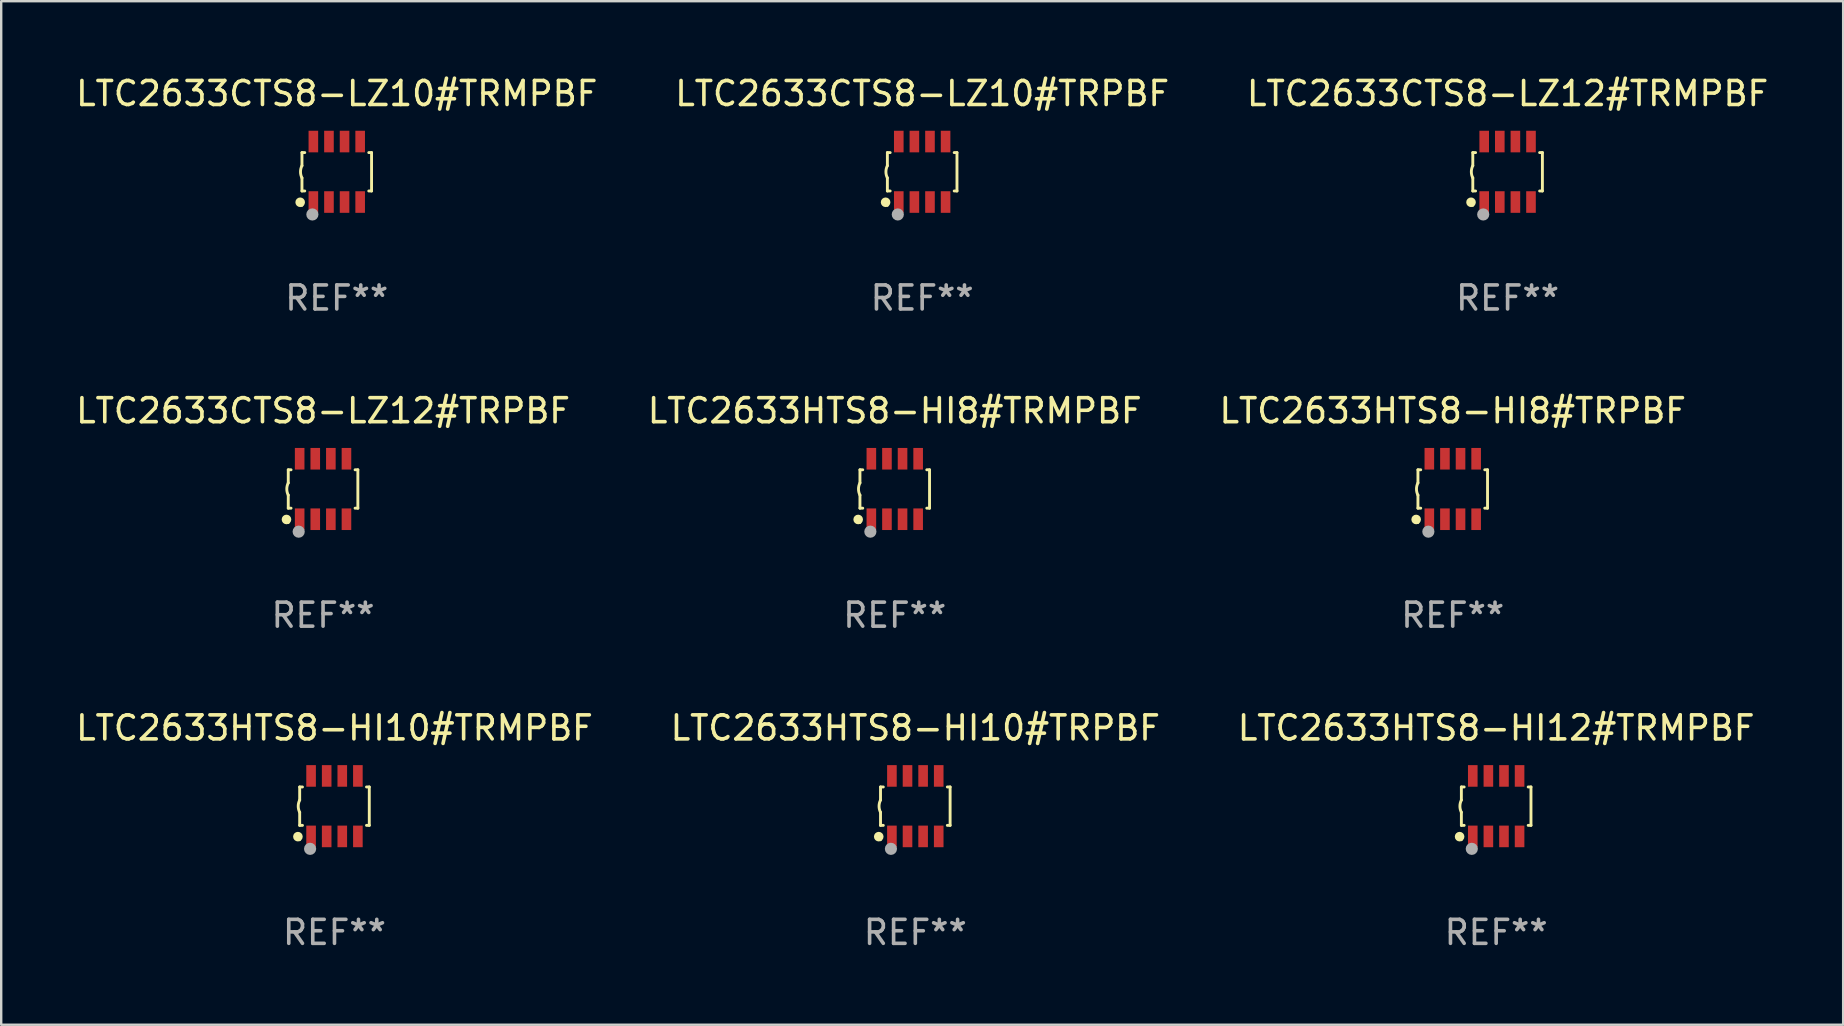
<source format=kicad_pcb>
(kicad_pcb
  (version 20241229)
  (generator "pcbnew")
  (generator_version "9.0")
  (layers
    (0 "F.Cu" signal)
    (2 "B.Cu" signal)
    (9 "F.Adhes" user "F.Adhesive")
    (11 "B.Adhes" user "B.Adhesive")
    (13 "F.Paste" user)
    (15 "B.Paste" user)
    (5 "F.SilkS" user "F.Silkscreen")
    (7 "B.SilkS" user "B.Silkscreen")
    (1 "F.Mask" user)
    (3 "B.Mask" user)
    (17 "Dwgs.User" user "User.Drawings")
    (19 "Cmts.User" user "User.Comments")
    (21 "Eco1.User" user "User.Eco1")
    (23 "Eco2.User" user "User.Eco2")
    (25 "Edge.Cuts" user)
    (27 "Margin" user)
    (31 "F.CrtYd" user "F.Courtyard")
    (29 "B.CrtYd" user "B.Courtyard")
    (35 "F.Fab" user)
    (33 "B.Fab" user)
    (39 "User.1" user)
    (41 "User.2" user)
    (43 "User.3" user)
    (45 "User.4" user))
  (footprint "LTC2633HTS8-HI10#TRPBF"
    (layer "F.Cu")
    (at 35.089 30.541)
    (property "Reference" "LTC2633HTS8-HI10#TRPBF" (at 0 -3.26 0) (layer "F.SilkS") (effects (font (size 1 1) (thickness 0.15))))
    (attr through_hole)
    (fp_line (start -1.45 -0.8) (end -1.45 -0.254) (stroke (width 0.12) (type solid)) (layer "F.SilkS"))
    (fp_line (start -1.45 -0.8) (end -1.334 -0.8) (stroke (width 0.12) (type solid)) (layer "F.SilkS"))
    (fp_line (start -1.45 0.8) (end -1.45 0.254) (stroke (width 0.12) (type solid)) (layer "F.SilkS"))
    (fp_line (start -1.45 0.8) (end -1.334 0.8) (stroke (width 0.12) (type solid)) (layer "F.SilkS"))
    (fp_line (start 1.334 -0.8) (end 1.45 -0.8) (stroke (width 0.12) (type solid)) (layer "F.SilkS"))
    (fp_line (start 1.334 0.8) (end 1.45 0.8) (stroke (width 0.12) (type solid)) (layer "F.SilkS"))
    (fp_line (start 1.45 0.8) (end 1.45 -0.8) (stroke (width 0.12) (type solid)) (layer "F.SilkS"))
    (fp_arc (start -1.45075 0.255144) (mid -1.510605 0.000434) (end -1.450013 -0.254102) (stroke (width 0.11999) (type solid)) (layer "F.SilkS"))
    (fp_circle (center -1.524 1.27) (end -1.424 1.27) (stroke (width 0.2) (type solid)) (fill no) (layer "F.SilkS"))
    (fp_circle (center -1.45 1.4) (end -1.42 1.4) (stroke (width 0.06) (type solid)) (fill no) (layer "F.SilkS"))
    (fp_circle (center -1.016 1.778) (end -0.889 1.778) (stroke (width 0.254) (type solid)) (fill no) (layer "F.Fab"))
    (fp_text user "REF**" (at 0 5.26 0) (layer "F.Fab") (effects (font (size 1 1) (thickness 0.15))))
    (pad "1" smd rect (at -0.975 1.26) (size 0.4 0.9) (layers "F.Cu" "F.Mask" "F.Paste"))
    (pad "2" smd rect (at -0.325 1.26) (size 0.4 0.9) (layers "F.Cu" "F.Mask" "F.Paste"))
    (pad "3" smd rect (at 0.325 1.26) (size 0.4 0.9) (layers "F.Cu" "F.Mask" "F.Paste"))
    (pad "4" smd rect (at 0.975 1.26) (size 0.4 0.9) (layers "F.Cu" "F.Mask" "F.Paste"))
    (pad "5" smd rect (at 0.975 -1.26) (size 0.4 0.9) (layers "F.Cu" "F.Mask" "F.Paste"))
    (pad "6" smd rect (at 0.325 -1.26) (size 0.4 0.9) (layers "F.Cu" "F.Mask" "F.Paste"))
    (pad "7" smd rect (at -0.325 -1.26) (size 0.4 0.9) (layers "F.Cu" "F.Mask" "F.Paste"))
    (pad "8" smd rect (at -0.975 -1.26) (size 0.4 0.9) (layers "F.Cu" "F.Mask" "F.Paste")))
  (footprint "LTC2633HTS8-HI8#TRMPBF"
    (layer "F.Cu")
    (at 34.232 17.325)
    (property "Reference" "LTC2633HTS8-HI8#TRMPBF" (at 0 -3.26 0) (layer "F.SilkS") (effects (font (size 1 1) (thickness 0.15))))
    (attr through_hole)
    (fp_line (start -1.45 -0.8) (end -1.45 -0.254) (stroke (width 0.12) (type solid)) (layer "F.SilkS"))
    (fp_line (start -1.45 -0.8) (end -1.334 -0.8) (stroke (width 0.12) (type solid)) (layer "F.SilkS"))
    (fp_line (start -1.45 0.8) (end -1.45 0.254) (stroke (width 0.12) (type solid)) (layer "F.SilkS"))
    (fp_line (start -1.45 0.8) (end -1.334 0.8) (stroke (width 0.12) (type solid)) (layer "F.SilkS"))
    (fp_line (start 1.334 -0.8) (end 1.45 -0.8) (stroke (width 0.12) (type solid)) (layer "F.SilkS"))
    (fp_line (start 1.334 0.8) (end 1.45 0.8) (stroke (width 0.12) (type solid)) (layer "F.SilkS"))
    (fp_line (start 1.45 0.8) (end 1.45 -0.8) (stroke (width 0.12) (type solid)) (layer "F.SilkS"))
    (fp_arc (start -1.45075 0.255144) (mid -1.510605 0.000434) (end -1.450013 -0.254102) (stroke (width 0.11999) (type solid)) (layer "F.SilkS"))
    (fp_circle (center -1.524 1.27) (end -1.424 1.27) (stroke (width 0.2) (type solid)) (fill no) (layer "F.SilkS"))
    (fp_circle (center -1.45 1.4) (end -1.42 1.4) (stroke (width 0.06) (type solid)) (fill no) (layer "F.SilkS"))
    (fp_circle (center -1.016 1.778) (end -0.889 1.778) (stroke (width 0.254) (type solid)) (fill no) (layer "F.Fab"))
    (fp_text user "REF**" (at 0 5.26 0) (layer "F.Fab") (effects (font (size 1 1) (thickness 0.15))))
    (pad "1" smd rect (at -0.975 1.26) (size 0.4 0.9) (layers "F.Cu" "F.Mask" "F.Paste"))
    (pad "2" smd rect (at -0.325 1.26) (size 0.4 0.9) (layers "F.Cu" "F.Mask" "F.Paste"))
    (pad "3" smd rect (at 0.325 1.26) (size 0.4 0.9) (layers "F.Cu" "F.Mask" "F.Paste"))
    (pad "4" smd rect (at 0.975 1.26) (size 0.4 0.9) (layers "F.Cu" "F.Mask" "F.Paste"))
    (pad "5" smd rect (at 0.975 -1.26) (size 0.4 0.9) (layers "F.Cu" "F.Mask" "F.Paste"))
    (pad "6" smd rect (at 0.325 -1.26) (size 0.4 0.9) (layers "F.Cu" "F.Mask" "F.Paste"))
    (pad "7" smd rect (at -0.325 -1.26) (size 0.4 0.9) (layers "F.Cu" "F.Mask" "F.Paste"))
    (pad "8" smd rect (at -0.975 -1.26) (size 0.4 0.9) (layers "F.Cu" "F.Mask" "F.Paste")))
  (footprint "LTC2633CTS8-LZ12#TRPBF"
    (layer "F.Cu")
    (at 10.411 17.325)
    (property "Reference" "LTC2633CTS8-LZ12#TRPBF" (at 0 -3.26 0) (layer "F.SilkS") (effects (font (size 1 1) (thickness 0.15))))
    (attr through_hole)
    (fp_line (start -1.45 -0.8) (end -1.45 -0.254) (stroke (width 0.12) (type solid)) (layer "F.SilkS"))
    (fp_line (start -1.45 -0.8) (end -1.334 -0.8) (stroke (width 0.12) (type solid)) (layer "F.SilkS"))
    (fp_line (start -1.45 0.8) (end -1.45 0.254) (stroke (width 0.12) (type solid)) (layer "F.SilkS"))
    (fp_line (start -1.45 0.8) (end -1.334 0.8) (stroke (width 0.12) (type solid)) (layer "F.SilkS"))
    (fp_line (start 1.334 -0.8) (end 1.45 -0.8) (stroke (width 0.12) (type solid)) (layer "F.SilkS"))
    (fp_line (start 1.334 0.8) (end 1.45 0.8) (stroke (width 0.12) (type solid)) (layer "F.SilkS"))
    (fp_line (start 1.45 0.8) (end 1.45 -0.8) (stroke (width 0.12) (type solid)) (layer "F.SilkS"))
    (fp_arc (start -1.45075 0.255144) (mid -1.510605 0.000434) (end -1.450013 -0.254102) (stroke (width 0.11999) (type solid)) (layer "F.SilkS"))
    (fp_circle (center -1.524 1.27) (end -1.424 1.27) (stroke (width 0.2) (type solid)) (fill no) (layer "F.SilkS"))
    (fp_circle (center -1.45 1.4) (end -1.42 1.4) (stroke (width 0.06) (type solid)) (fill no) (layer "F.SilkS"))
    (fp_circle (center -1.016 1.778) (end -0.889 1.778) (stroke (width 0.254) (type solid)) (fill no) (layer "F.Fab"))
    (fp_text user "REF**" (at 0 5.26 0) (layer "F.Fab") (effects (font (size 1 1) (thickness 0.15))))
    (pad "1" smd rect (at -0.975 1.26) (size 0.4 0.9) (layers "F.Cu" "F.Mask" "F.Paste"))
    (pad "2" smd rect (at -0.325 1.26) (size 0.4 0.9) (layers "F.Cu" "F.Mask" "F.Paste"))
    (pad "3" smd rect (at 0.325 1.26) (size 0.4 0.9) (layers "F.Cu" "F.Mask" "F.Paste"))
    (pad "4" smd rect (at 0.975 1.26) (size 0.4 0.9) (layers "F.Cu" "F.Mask" "F.Paste"))
    (pad "5" smd rect (at 0.975 -1.26) (size 0.4 0.9) (layers "F.Cu" "F.Mask" "F.Paste"))
    (pad "6" smd rect (at 0.325 -1.26) (size 0.4 0.9) (layers "F.Cu" "F.Mask" "F.Paste"))
    (pad "7" smd rect (at -0.325 -1.26) (size 0.4 0.9) (layers "F.Cu" "F.Mask" "F.Paste"))
    (pad "8" smd rect (at -0.975 -1.26) (size 0.4 0.9) (layers "F.Cu" "F.Mask" "F.Paste")))
  (footprint "LTC2633HTS8-HI12#TRMPBF"
    (layer "F.Cu")
    (at 59.292 30.541)
    (property "Reference" "LTC2633HTS8-HI12#TRMPBF" (at 0 -3.26 0) (layer "F.SilkS") (effects (font (size 1 1) (thickness 0.15))))
    (attr through_hole)
    (fp_line (start -1.45 -0.8) (end -1.45 -0.254) (stroke (width 0.12) (type solid)) (layer "F.SilkS"))
    (fp_line (start -1.45 -0.8) (end -1.334 -0.8) (stroke (width 0.12) (type solid)) (layer "F.SilkS"))
    (fp_line (start -1.45 0.8) (end -1.45 0.254) (stroke (width 0.12) (type solid)) (layer "F.SilkS"))
    (fp_line (start -1.45 0.8) (end -1.334 0.8) (stroke (width 0.12) (type solid)) (layer "F.SilkS"))
    (fp_line (start 1.334 -0.8) (end 1.45 -0.8) (stroke (width 0.12) (type solid)) (layer "F.SilkS"))
    (fp_line (start 1.334 0.8) (end 1.45 0.8) (stroke (width 0.12) (type solid)) (layer "F.SilkS"))
    (fp_line (start 1.45 0.8) (end 1.45 -0.8) (stroke (width 0.12) (type solid)) (layer "F.SilkS"))
    (fp_arc (start -1.45075 0.255144) (mid -1.510605 0.000434) (end -1.450013 -0.254102) (stroke (width 0.11999) (type solid)) (layer "F.SilkS"))
    (fp_circle (center -1.524 1.27) (end -1.424 1.27) (stroke (width 0.2) (type solid)) (fill no) (layer "F.SilkS"))
    (fp_circle (center -1.45 1.4) (end -1.42 1.4) (stroke (width 0.06) (type solid)) (fill no) (layer "F.SilkS"))
    (fp_circle (center -1.016 1.778) (end -0.889 1.778) (stroke (width 0.254) (type solid)) (fill no) (layer "F.Fab"))
    (fp_text user "REF**" (at 0 5.26 0) (layer "F.Fab") (effects (font (size 1 1) (thickness 0.15))))
    (pad "1" smd rect (at -0.975 1.26) (size 0.4 0.9) (layers "F.Cu" "F.Mask" "F.Paste"))
    (pad "2" smd rect (at -0.325 1.26) (size 0.4 0.9) (layers "F.Cu" "F.Mask" "F.Paste"))
    (pad "3" smd rect (at 0.325 1.26) (size 0.4 0.9) (layers "F.Cu" "F.Mask" "F.Paste"))
    (pad "4" smd rect (at 0.975 1.26) (size 0.4 0.9) (layers "F.Cu" "F.Mask" "F.Paste"))
    (pad "5" smd rect (at 0.975 -1.26) (size 0.4 0.9) (layers "F.Cu" "F.Mask" "F.Paste"))
    (pad "6" smd rect (at 0.325 -1.26) (size 0.4 0.9) (layers "F.Cu" "F.Mask" "F.Paste"))
    (pad "7" smd rect (at -0.325 -1.26) (size 0.4 0.9) (layers "F.Cu" "F.Mask" "F.Paste"))
    (pad "8" smd rect (at -0.975 -1.26) (size 0.4 0.9) (layers "F.Cu" "F.Mask" "F.Paste")))
  (footprint "LTC2633CTS8-LZ10#TRPBF"
    (layer "F.Cu")
    (at 35.375 4.108)
    (property "Reference" "LTC2633CTS8-LZ10#TRPBF" (at 0 -3.26 0) (layer "F.SilkS") (effects (font (size 1 1) (thickness 0.15))))
    (attr through_hole)
    (fp_line (start -1.45 -0.8) (end -1.45 -0.254) (stroke (width 0.12) (type solid)) (layer "F.SilkS"))
    (fp_line (start -1.45 -0.8) (end -1.334 -0.8) (stroke (width 0.12) (type solid)) (layer "F.SilkS"))
    (fp_line (start -1.45 0.8) (end -1.45 0.254) (stroke (width 0.12) (type solid)) (layer "F.SilkS"))
    (fp_line (start -1.45 0.8) (end -1.334 0.8) (stroke (width 0.12) (type solid)) (layer "F.SilkS"))
    (fp_line (start 1.334 -0.8) (end 1.45 -0.8) (stroke (width 0.12) (type solid)) (layer "F.SilkS"))
    (fp_line (start 1.334 0.8) (end 1.45 0.8) (stroke (width 0.12) (type solid)) (layer "F.SilkS"))
    (fp_line (start 1.45 0.8) (end 1.45 -0.8) (stroke (width 0.12) (type solid)) (layer "F.SilkS"))
    (fp_arc (start -1.45075 0.255144) (mid -1.510605 0.000434) (end -1.450013 -0.254102) (stroke (width 0.11999) (type solid)) (layer "F.SilkS"))
    (fp_circle (center -1.524 1.27) (end -1.424 1.27) (stroke (width 0.2) (type solid)) (fill no) (layer "F.SilkS"))
    (fp_circle (center -1.45 1.4) (end -1.42 1.4) (stroke (width 0.06) (type solid)) (fill no) (layer "F.SilkS"))
    (fp_circle (center -1.016 1.778) (end -0.889 1.778) (stroke (width 0.254) (type solid)) (fill no) (layer "F.Fab"))
    (fp_text user "REF**" (at 0 5.26 0) (layer "F.Fab") (effects (font (size 1 1) (thickness 0.15))))
    (pad "1" smd rect (at -0.975 1.26) (size 0.4 0.9) (layers "F.Cu" "F.Mask" "F.Paste"))
    (pad "2" smd rect (at -0.325 1.26) (size 0.4 0.9) (layers "F.Cu" "F.Mask" "F.Paste"))
    (pad "3" smd rect (at 0.325 1.26) (size 0.4 0.9) (layers "F.Cu" "F.Mask" "F.Paste"))
    (pad "4" smd rect (at 0.975 1.26) (size 0.4 0.9) (layers "F.Cu" "F.Mask" "F.Paste"))
    (pad "5" smd rect (at 0.975 -1.26) (size 0.4 0.9) (layers "F.Cu" "F.Mask" "F.Paste"))
    (pad "6" smd rect (at 0.325 -1.26) (size 0.4 0.9) (layers "F.Cu" "F.Mask" "F.Paste"))
    (pad "7" smd rect (at -0.325 -1.26) (size 0.4 0.9) (layers "F.Cu" "F.Mask" "F.Paste"))
    (pad "8" smd rect (at -0.975 -1.26) (size 0.4 0.9) (layers "F.Cu" "F.Mask" "F.Paste")))
  (footprint "LTC2633HTS8-HI10#TRMPBF"
    (layer "F.Cu")
    (at 10.887 30.541)
    (property "Reference" "LTC2633HTS8-HI10#TRMPBF" (at 0 -3.26 0) (layer "F.SilkS") (effects (font (size 1 1) (thickness 0.15))))
    (attr through_hole)
    (fp_line (start -1.45 -0.8) (end -1.45 -0.254) (stroke (width 0.12) (type solid)) (layer "F.SilkS"))
    (fp_line (start -1.45 -0.8) (end -1.334 -0.8) (stroke (width 0.12) (type solid)) (layer "F.SilkS"))
    (fp_line (start -1.45 0.8) (end -1.45 0.254) (stroke (width 0.12) (type solid)) (layer "F.SilkS"))
    (fp_line (start -1.45 0.8) (end -1.334 0.8) (stroke (width 0.12) (type solid)) (layer "F.SilkS"))
    (fp_line (start 1.334 -0.8) (end 1.45 -0.8) (stroke (width 0.12) (type solid)) (layer "F.SilkS"))
    (fp_line (start 1.334 0.8) (end 1.45 0.8) (stroke (width 0.12) (type solid)) (layer "F.SilkS"))
    (fp_line (start 1.45 0.8) (end 1.45 -0.8) (stroke (width 0.12) (type solid)) (layer "F.SilkS"))
    (fp_arc (start -1.45075 0.255144) (mid -1.510605 0.000434) (end -1.450013 -0.254102) (stroke (width 0.11999) (type solid)) (layer "F.SilkS"))
    (fp_circle (center -1.524 1.27) (end -1.424 1.27) (stroke (width 0.2) (type solid)) (fill no) (layer "F.SilkS"))
    (fp_circle (center -1.45 1.4) (end -1.42 1.4) (stroke (width 0.06) (type solid)) (fill no) (layer "F.SilkS"))
    (fp_circle (center -1.016 1.778) (end -0.889 1.778) (stroke (width 0.254) (type solid)) (fill no) (layer "F.Fab"))
    (fp_text user "REF**" (at 0 5.26 0) (layer "F.Fab") (effects (font (size 1 1) (thickness 0.15))))
    (pad "1" smd rect (at -0.975 1.26) (size 0.4 0.9) (layers "F.Cu" "F.Mask" "F.Paste"))
    (pad "2" smd rect (at -0.325 1.26) (size 0.4 0.9) (layers "F.Cu" "F.Mask" "F.Paste"))
    (pad "3" smd rect (at 0.325 1.26) (size 0.4 0.9) (layers "F.Cu" "F.Mask" "F.Paste"))
    (pad "4" smd rect (at 0.975 1.26) (size 0.4 0.9) (layers "F.Cu" "F.Mask" "F.Paste"))
    (pad "5" smd rect (at 0.975 -1.26) (size 0.4 0.9) (layers "F.Cu" "F.Mask" "F.Paste"))
    (pad "6" smd rect (at 0.325 -1.26) (size 0.4 0.9) (layers "F.Cu" "F.Mask" "F.Paste"))
    (pad "7" smd rect (at -0.325 -1.26) (size 0.4 0.9) (layers "F.Cu" "F.Mask" "F.Paste"))
    (pad "8" smd rect (at -0.975 -1.26) (size 0.4 0.9) (layers "F.Cu" "F.Mask" "F.Paste")))
  (footprint "LTC2633CTS8-LZ12#TRMPBF"
    (layer "F.Cu")
    (at 59.768 4.108)
    (property "Reference" "LTC2633CTS8-LZ12#TRMPBF" (at 0 -3.26 0) (layer "F.SilkS") (effects (font (size 1 1) (thickness 0.15))))
    (attr through_hole)
    (fp_line (start -1.45 -0.8) (end -1.45 -0.254) (stroke (width 0.12) (type solid)) (layer "F.SilkS"))
    (fp_line (start -1.45 -0.8) (end -1.334 -0.8) (stroke (width 0.12) (type solid)) (layer "F.SilkS"))
    (fp_line (start -1.45 0.8) (end -1.45 0.254) (stroke (width 0.12) (type solid)) (layer "F.SilkS"))
    (fp_line (start -1.45 0.8) (end -1.334 0.8) (stroke (width 0.12) (type solid)) (layer "F.SilkS"))
    (fp_line (start 1.334 -0.8) (end 1.45 -0.8) (stroke (width 0.12) (type solid)) (layer "F.SilkS"))
    (fp_line (start 1.334 0.8) (end 1.45 0.8) (stroke (width 0.12) (type solid)) (layer "F.SilkS"))
    (fp_line (start 1.45 0.8) (end 1.45 -0.8) (stroke (width 0.12) (type solid)) (layer "F.SilkS"))
    (fp_arc (start -1.45075 0.255144) (mid -1.510605 0.000434) (end -1.450013 -0.254102) (stroke (width 0.11999) (type solid)) (layer "F.SilkS"))
    (fp_circle (center -1.524 1.27) (end -1.424 1.27) (stroke (width 0.2) (type solid)) (fill no) (layer "F.SilkS"))
    (fp_circle (center -1.45 1.4) (end -1.42 1.4) (stroke (width 0.06) (type solid)) (fill no) (layer "F.SilkS"))
    (fp_circle (center -1.016 1.778) (end -0.889 1.778) (stroke (width 0.254) (type solid)) (fill no) (layer "F.Fab"))
    (fp_text user "REF**" (at 0 5.26 0) (layer "F.Fab") (effects (font (size 1 1) (thickness 0.15))))
    (pad "1" smd rect (at -0.975 1.26) (size 0.4 0.9) (layers "F.Cu" "F.Mask" "F.Paste"))
    (pad "2" smd rect (at -0.325 1.26) (size 0.4 0.9) (layers "F.Cu" "F.Mask" "F.Paste"))
    (pad "3" smd rect (at 0.325 1.26) (size 0.4 0.9) (layers "F.Cu" "F.Mask" "F.Paste"))
    (pad "4" smd rect (at 0.975 1.26) (size 0.4 0.9) (layers "F.Cu" "F.Mask" "F.Paste"))
    (pad "5" smd rect (at 0.975 -1.26) (size 0.4 0.9) (layers "F.Cu" "F.Mask" "F.Paste"))
    (pad "6" smd rect (at 0.325 -1.26) (size 0.4 0.9) (layers "F.Cu" "F.Mask" "F.Paste"))
    (pad "7" smd rect (at -0.325 -1.26) (size 0.4 0.9) (layers "F.Cu" "F.Mask" "F.Paste"))
    (pad "8" smd rect (at -0.975 -1.26) (size 0.4 0.9) (layers "F.Cu" "F.Mask" "F.Paste")))
  (footprint "LTC2633HTS8-HI8#TRPBF"
    (layer "F.Cu")
    (at 57.482 17.325)
    (property "Reference" "LTC2633HTS8-HI8#TRPBF" (at 0 -3.26 0) (layer "F.SilkS") (effects (font (size 1 1) (thickness 0.15))))
    (attr through_hole)
    (fp_line (start -1.45 -0.8) (end -1.45 -0.254) (stroke (width 0.12) (type solid)) (layer "F.SilkS"))
    (fp_line (start -1.45 -0.8) (end -1.334 -0.8) (stroke (width 0.12) (type solid)) (layer "F.SilkS"))
    (fp_line (start -1.45 0.8) (end -1.45 0.254) (stroke (width 0.12) (type solid)) (layer "F.SilkS"))
    (fp_line (start -1.45 0.8) (end -1.334 0.8) (stroke (width 0.12) (type solid)) (layer "F.SilkS"))
    (fp_line (start 1.334 -0.8) (end 1.45 -0.8) (stroke (width 0.12) (type solid)) (layer "F.SilkS"))
    (fp_line (start 1.334 0.8) (end 1.45 0.8) (stroke (width 0.12) (type solid)) (layer "F.SilkS"))
    (fp_line (start 1.45 0.8) (end 1.45 -0.8) (stroke (width 0.12) (type solid)) (layer "F.SilkS"))
    (fp_arc (start -1.45075 0.255144) (mid -1.510605 0.000434) (end -1.450013 -0.254102) (stroke (width 0.11999) (type solid)) (layer "F.SilkS"))
    (fp_circle (center -1.524 1.27) (end -1.424 1.27) (stroke (width 0.2) (type solid)) (fill no) (layer "F.SilkS"))
    (fp_circle (center -1.45 1.4) (end -1.42 1.4) (stroke (width 0.06) (type solid)) (fill no) (layer "F.SilkS"))
    (fp_circle (center -1.016 1.778) (end -0.889 1.778) (stroke (width 0.254) (type solid)) (fill no) (layer "F.Fab"))
    (fp_text user "REF**" (at 0 5.26 0) (layer "F.Fab") (effects (font (size 1 1) (thickness 0.15))))
    (pad "1" smd rect (at -0.975 1.26) (size 0.4 0.9) (layers "F.Cu" "F.Mask" "F.Paste"))
    (pad "2" smd rect (at -0.325 1.26) (size 0.4 0.9) (layers "F.Cu" "F.Mask" "F.Paste"))
    (pad "3" smd rect (at 0.325 1.26) (size 0.4 0.9) (layers "F.Cu" "F.Mask" "F.Paste"))
    (pad "4" smd rect (at 0.975 1.26) (size 0.4 0.9) (layers "F.Cu" "F.Mask" "F.Paste"))
    (pad "5" smd rect (at 0.975 -1.26) (size 0.4 0.9) (layers "F.Cu" "F.Mask" "F.Paste"))
    (pad "6" smd rect (at 0.325 -1.26) (size 0.4 0.9) (layers "F.Cu" "F.Mask" "F.Paste"))
    (pad "7" smd rect (at -0.325 -1.26) (size 0.4 0.9) (layers "F.Cu" "F.Mask" "F.Paste"))
    (pad "8" smd rect (at -0.975 -1.26) (size 0.4 0.9) (layers "F.Cu" "F.Mask" "F.Paste")))
  (footprint "LTC2633CTS8-LZ10#TRMPBF"
    (layer "F.Cu")
    (at 10.982 4.108)
    (property "Reference" "LTC2633CTS8-LZ10#TRMPBF" (at 0 -3.26 0) (layer "F.SilkS") (effects (font (size 1 1) (thickness 0.15))))
    (attr through_hole)
    (fp_line (start -1.45 -0.8) (end -1.45 -0.254) (stroke (width 0.12) (type solid)) (layer "F.SilkS"))
    (fp_line (start -1.45 -0.8) (end -1.334 -0.8) (stroke (width 0.12) (type solid)) (layer "F.SilkS"))
    (fp_line (start -1.45 0.8) (end -1.45 0.254) (stroke (width 0.12) (type solid)) (layer "F.SilkS"))
    (fp_line (start -1.45 0.8) (end -1.334 0.8) (stroke (width 0.12) (type solid)) (layer "F.SilkS"))
    (fp_line (start 1.334 -0.8) (end 1.45 -0.8) (stroke (width 0.12) (type solid)) (layer "F.SilkS"))
    (fp_line (start 1.334 0.8) (end 1.45 0.8) (stroke (width 0.12) (type solid)) (layer "F.SilkS"))
    (fp_line (start 1.45 0.8) (end 1.45 -0.8) (stroke (width 0.12) (type solid)) (layer "F.SilkS"))
    (fp_arc (start -1.45075 0.255144) (mid -1.510605 0.000434) (end -1.450013 -0.254102) (stroke (width 0.11999) (type solid)) (layer "F.SilkS"))
    (fp_circle (center -1.524 1.27) (end -1.424 1.27) (stroke (width 0.2) (type solid)) (fill no) (layer "F.SilkS"))
    (fp_circle (center -1.45 1.4) (end -1.42 1.4) (stroke (width 0.06) (type solid)) (fill no) (layer "F.SilkS"))
    (fp_circle (center -1.016 1.778) (end -0.889 1.778) (stroke (width 0.254) (type solid)) (fill no) (layer "F.Fab"))
    (fp_text user "REF**" (at 0 5.26 0) (layer "F.Fab") (effects (font (size 1 1) (thickness 0.15))))
    (pad "1" smd rect (at -0.975 1.26) (size 0.4 0.9) (layers "F.Cu" "F.Mask" "F.Paste"))
    (pad "2" smd rect (at -0.325 1.26) (size 0.4 0.9) (layers "F.Cu" "F.Mask" "F.Paste"))
    (pad "3" smd rect (at 0.325 1.26) (size 0.4 0.9) (layers "F.Cu" "F.Mask" "F.Paste"))
    (pad "4" smd rect (at 0.975 1.26) (size 0.4 0.9) (layers "F.Cu" "F.Mask" "F.Paste"))
    (pad "5" smd rect (at 0.975 -1.26) (size 0.4 0.9) (layers "F.Cu" "F.Mask" "F.Paste"))
    (pad "6" smd rect (at 0.325 -1.26) (size 0.4 0.9) (layers "F.Cu" "F.Mask" "F.Paste"))
    (pad "7" smd rect (at -0.325 -1.26) (size 0.4 0.9) (layers "F.Cu" "F.Mask" "F.Paste"))
    (pad "8" smd rect (at -0.975 -1.26) (size 0.4 0.9) (layers "F.Cu" "F.Mask" "F.Paste")))
  (gr_rect
    (start -3 -3)
    (end 73.75 39.649)
    (stroke (width 0.1) (type default))
    (fill no)
    (layer "Edge.Cuts")))
</source>
